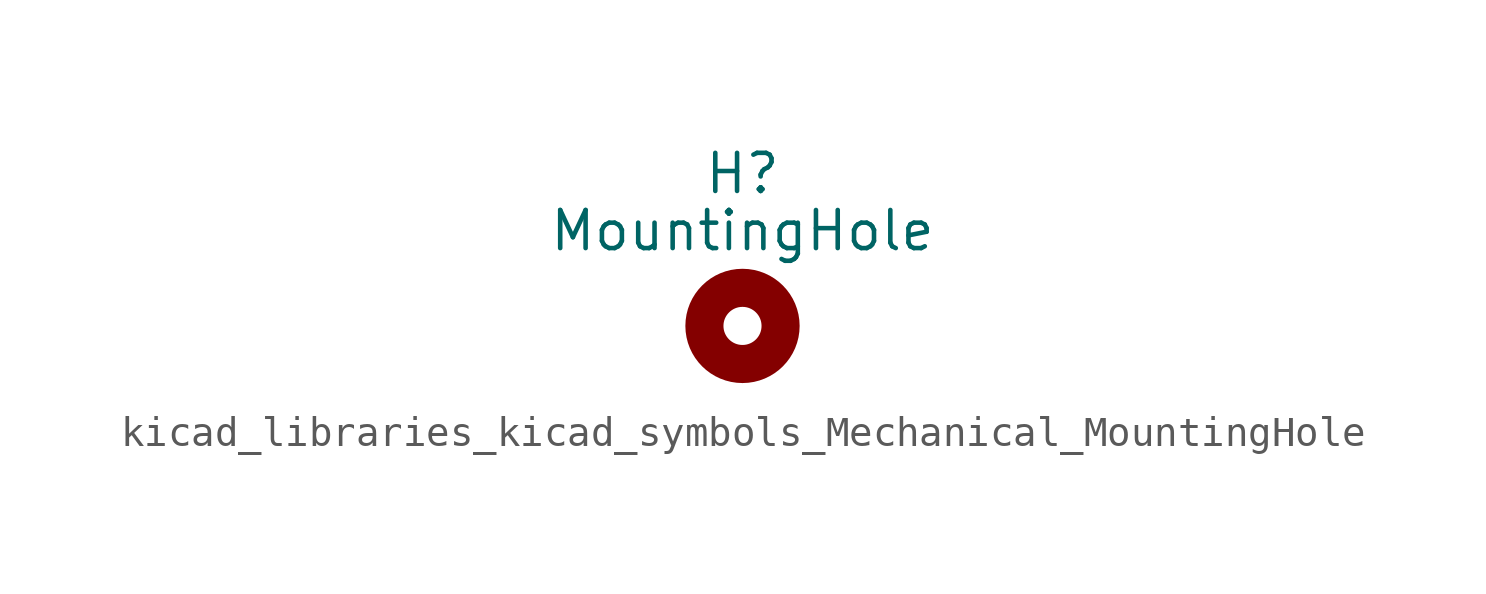
<source format=kicad_sym>
(kicad_symbol_lib
  (version 20220914)
  (generator kicad_symbol_editor)
  (symbol "kicad_libraries_kicad_symbols_Mechanical_MountingHole"
    (pin_names
      (offset 1.016))
    (property "Reference" "H"
      (at 0 5.08 0)
      (effects (font (size 1.27 1.27))))
    (property "Value" "MountingHole"
      (at 0 3.175 0)
      (effects (font (size 1.27 1.27))))
    (symbol "kicad_libraries_kicad_symbols_Mechanical_MountingHole_0_1"
      (circle (center 0 0) (radius 1.27) (stroke (width 1.27) (type default)) (fill (type none))))))
</source>
